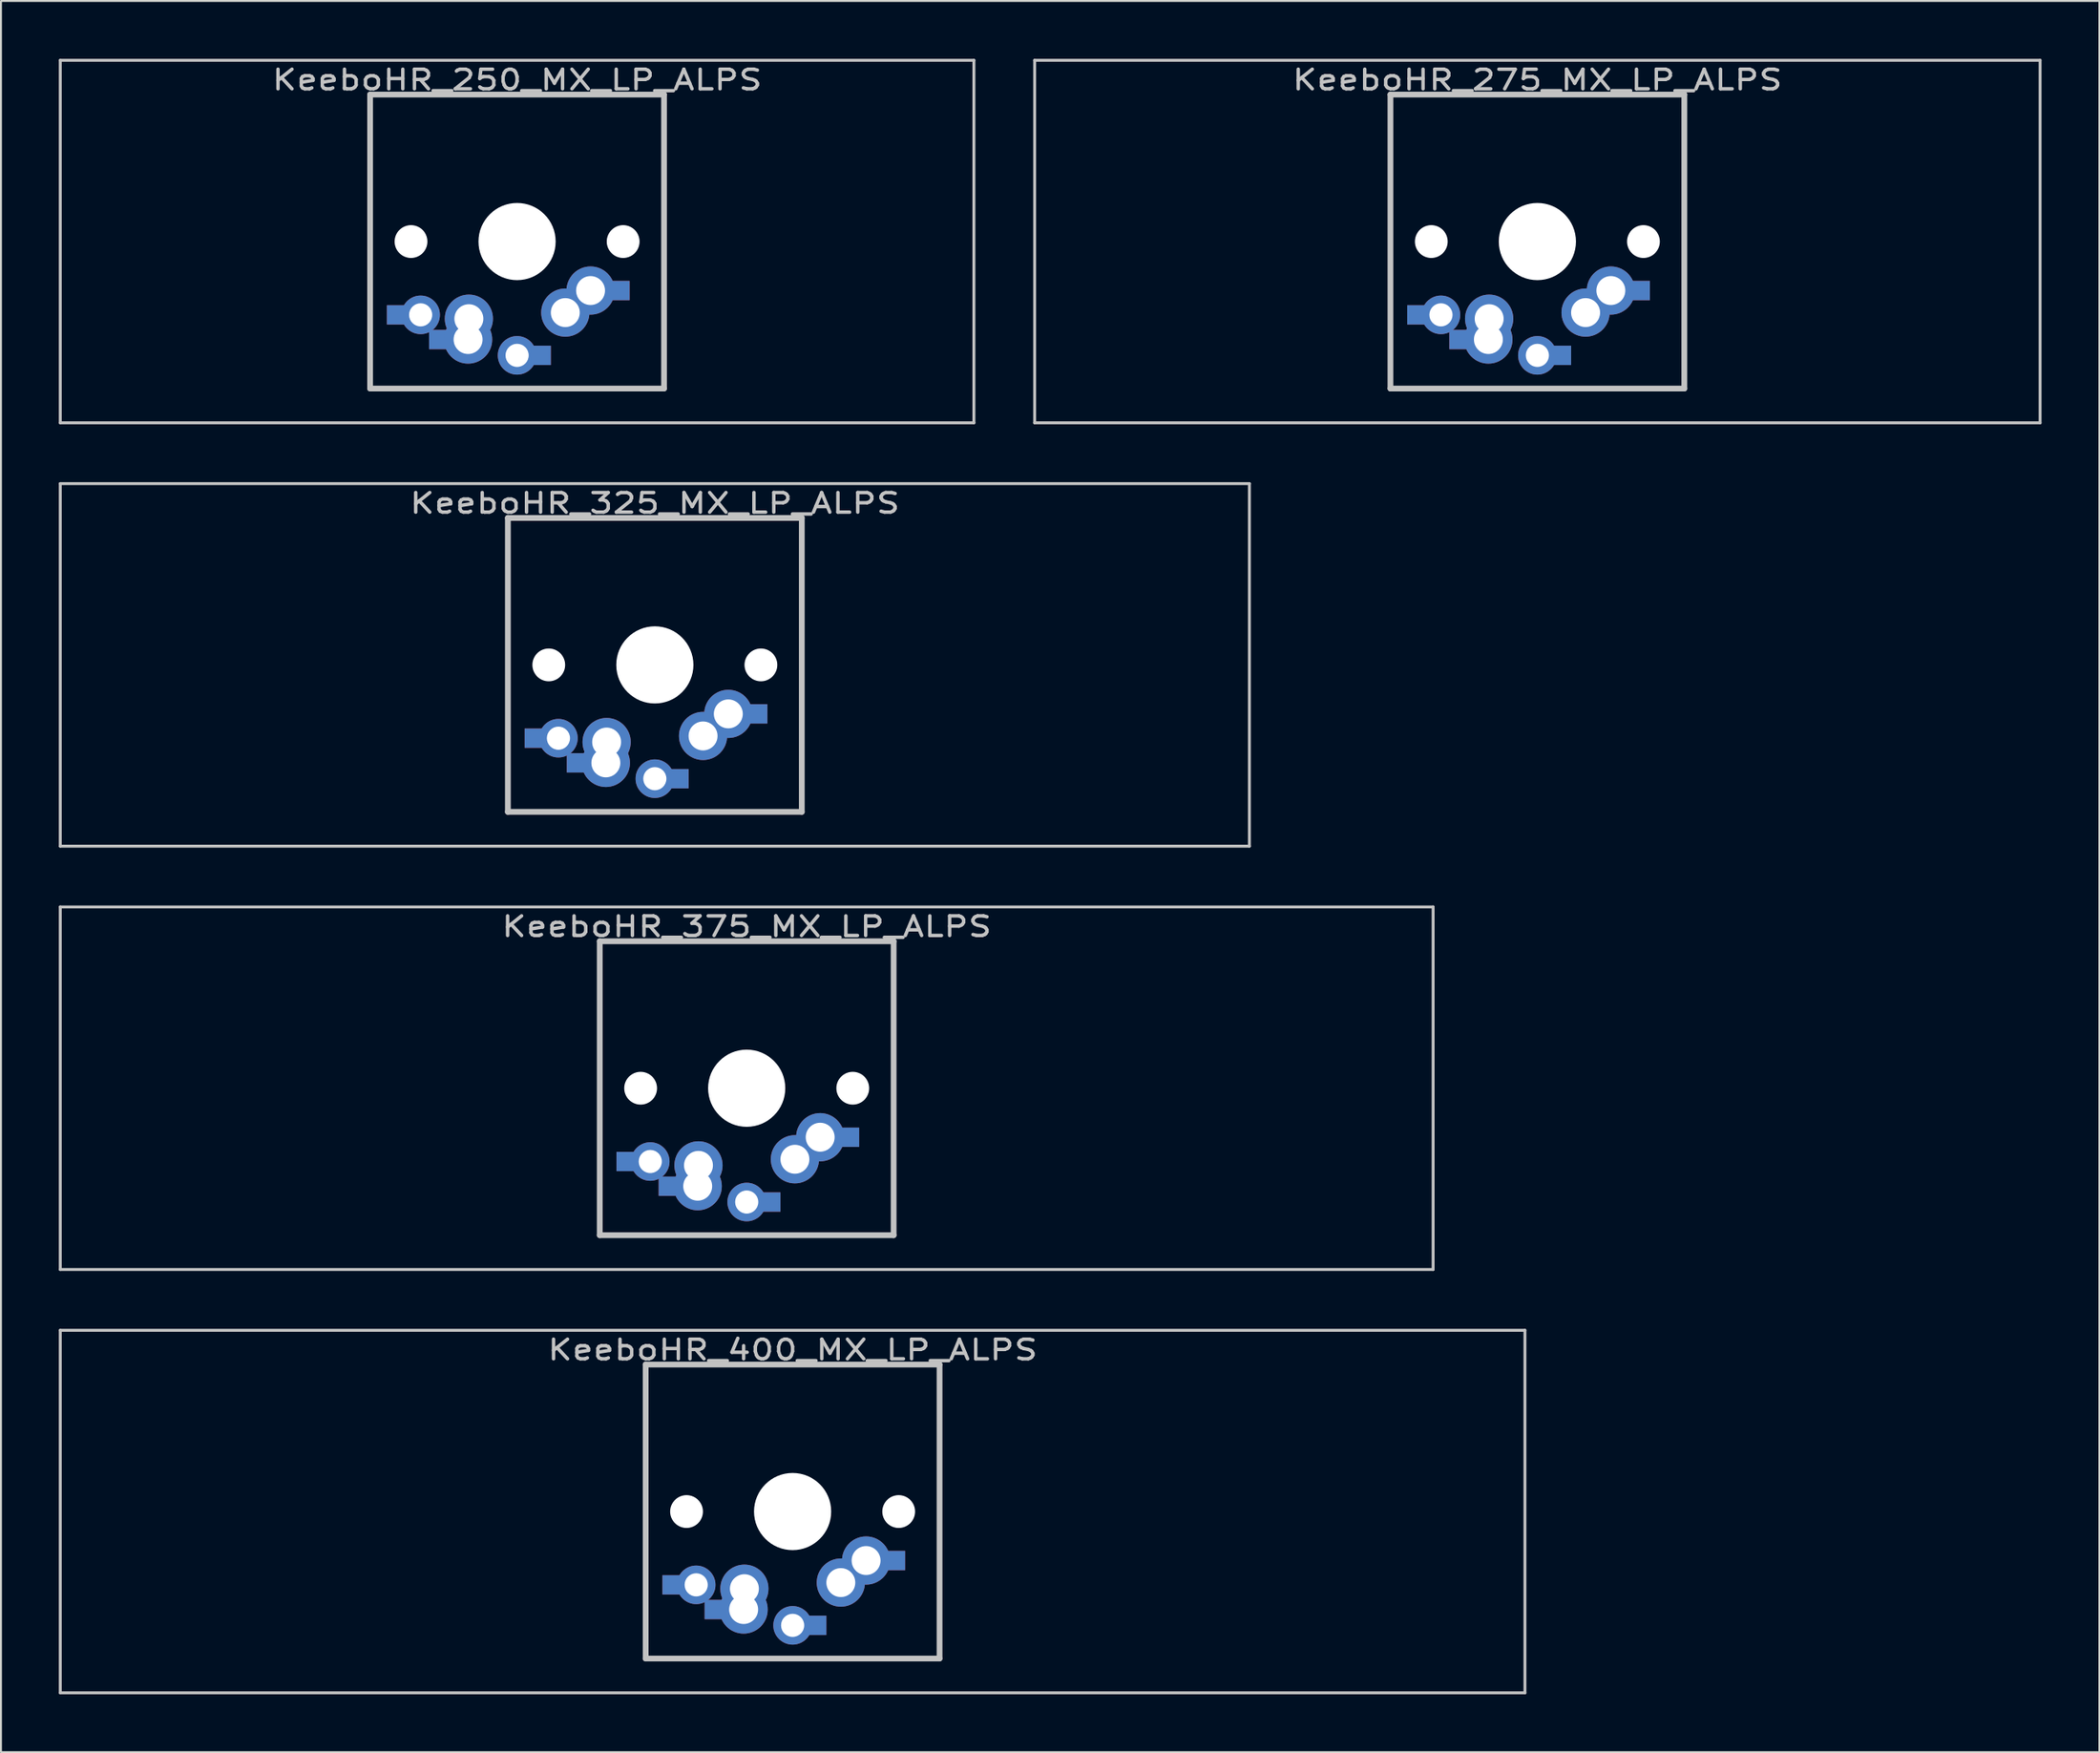
<source format=kicad_pcb>
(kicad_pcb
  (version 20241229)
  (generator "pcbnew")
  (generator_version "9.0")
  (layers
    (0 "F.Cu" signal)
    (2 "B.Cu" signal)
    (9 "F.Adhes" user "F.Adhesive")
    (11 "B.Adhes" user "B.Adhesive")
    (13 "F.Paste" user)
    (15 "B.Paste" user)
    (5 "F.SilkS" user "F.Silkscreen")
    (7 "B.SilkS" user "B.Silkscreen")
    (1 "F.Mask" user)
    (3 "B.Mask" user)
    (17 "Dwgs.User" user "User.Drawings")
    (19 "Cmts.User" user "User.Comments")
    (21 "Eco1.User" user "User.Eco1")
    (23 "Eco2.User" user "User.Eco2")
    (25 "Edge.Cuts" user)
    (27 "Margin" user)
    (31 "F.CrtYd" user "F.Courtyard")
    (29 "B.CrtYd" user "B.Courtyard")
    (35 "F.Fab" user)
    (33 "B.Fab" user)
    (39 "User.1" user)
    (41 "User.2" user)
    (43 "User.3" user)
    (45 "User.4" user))
  (footprint "KeeboHR_325_MX_LP_ALPS"
    (layer "F.Cu")
    (at 30.905 31.423)
    (property "Reference" "KeeboHR_325_MX_LP_ALPS" (at 0 -8.382 0) (layer "Dwgs.User") (effects (font (size 1.016 1.27) (thickness 0.178))))
    (attr through_hole)
    (fp_line (start -30.829 -9.398) (end 30.829 -9.398) (stroke (width 0.152) (type solid)) (layer "Dwgs.User"))
    (fp_line (start -30.829 9.398) (end -30.829 -9.398) (stroke (width 0.152) (type solid)) (layer "Dwgs.User"))
    (fp_line (start -7.62 -7.62) (end 7.62 -7.62) (stroke (width 0.3) (type solid)) (layer "Dwgs.User"))
    (fp_line (start -7.62 7.62) (end -7.62 -7.62) (stroke (width 0.3) (type solid)) (layer "Dwgs.User"))
    (fp_line (start 7.62 -7.62) (end 7.62 7.62) (stroke (width 0.3) (type solid)) (layer "Dwgs.User"))
    (fp_line (start 7.62 7.62) (end -7.62 7.62) (stroke (width 0.3) (type solid)) (layer "Dwgs.User"))
    (fp_line (start 30.829 -9.398) (end 30.829 9.398) (stroke (width 0.152) (type solid)) (layer "Dwgs.User"))
    (fp_line (start 30.829 9.398) (end -30.829 9.398) (stroke (width 0.152) (type solid)) (layer "Dwgs.User"))
    (pad "" np_thru_hole circle (at -5.5 0) (size 1.7 1.7) (drill 1.7) (layers "*.Cu" "*.Mask"))
    (pad "" np_thru_hole circle (at 0 0) (size 4 4) (drill 4) (layers "*.Cu" "*.Mask"))
    (pad "" np_thru_hole circle (at 5.5 0) (size 1.7 1.7) (drill 1.7) (layers "*.Cu" "*.Mask"))
    (pad "1" thru_hole circle (at 0 5.9) (size 2 2) (drill 1.2) (layers "*.Cu" "*.Mask"))
    (pad "1" smd rect (at 1.25 5.9) (size 1 1) (layers "*.Cu" "*.Mask"))
    (pad "1" thru_hole circle (at 2.5 3.683) (size 2.5 2.5) (drill 1.5) (layers "*.Cu" "*.Mask"))
    (pad "1" thru_hole circle (at 3.81 2.54) (size 2.5 2.5) (drill 1.5) (layers "*.Cu" "*.Mask"))
    (pad "1" smd rect (at 5.334 2.54) (size 1 1) (layers "*.Cu" "*.Mask"))
    (pad "2" smd rect (at -6.25 3.8) (size 1 1) (layers "*.Cu" "*.Mask"))
    (pad "2" thru_hole circle (at -5 3.8) (size 2 2) (drill 1.2) (layers "*.Cu" "*.Mask"))
    (pad "2" smd rect (at -4.064 5.08) (size 1 1) (layers "*.Cu" "*.Mask"))
    (pad "2" thru_hole circle (at -2.54 5.08) (size 2.5 2.5) (drill 1.5) (layers "*.Cu" "*.Mask"))
    (pad "2" thru_hole circle (at -2.5 4) (size 2.5 2.5) (drill 1.5) (layers "*.Cu" "*.Mask")))
  (footprint "KeeboHR_250_MX_LP_ALPS"
    (layer "F.Cu")
    (at 23.762 9.474)
    (property "Reference" "KeeboHR_250_MX_LP_ALPS" (at 0 -8.382 0) (layer "Dwgs.User") (effects (font (size 1.016 1.27) (thickness 0.178))))
    (attr through_hole)
    (fp_line (start -23.686 -9.398) (end 23.686 -9.398) (stroke (width 0.152) (type solid)) (layer "Dwgs.User"))
    (fp_line (start -23.686 9.398) (end -23.686 -9.398) (stroke (width 0.152) (type solid)) (layer "Dwgs.User"))
    (fp_line (start -7.62 -7.62) (end 7.62 -7.62) (stroke (width 0.3) (type solid)) (layer "Dwgs.User"))
    (fp_line (start -7.62 7.62) (end -7.62 -7.62) (stroke (width 0.3) (type solid)) (layer "Dwgs.User"))
    (fp_line (start 7.62 -7.62) (end 7.62 7.62) (stroke (width 0.3) (type solid)) (layer "Dwgs.User"))
    (fp_line (start 7.62 7.62) (end -7.62 7.62) (stroke (width 0.3) (type solid)) (layer "Dwgs.User"))
    (fp_line (start 23.686 -9.398) (end 23.686 9.398) (stroke (width 0.152) (type solid)) (layer "Dwgs.User"))
    (fp_line (start 23.686 9.398) (end -23.686 9.398) (stroke (width 0.152) (type solid)) (layer "Dwgs.User"))
    (pad "" np_thru_hole circle (at -5.5 0) (size 1.7 1.7) (drill 1.7) (layers "*.Cu" "*.Mask"))
    (pad "" np_thru_hole circle (at 0 0) (size 4 4) (drill 4) (layers "*.Cu" "*.Mask"))
    (pad "" np_thru_hole circle (at 5.5 0) (size 1.7 1.7) (drill 1.7) (layers "*.Cu" "*.Mask"))
    (pad "1" thru_hole circle (at 0 5.9) (size 2 2) (drill 1.2) (layers "*.Cu" "*.Mask"))
    (pad "1" smd rect (at 1.25 5.9) (size 1 1) (layers "*.Cu" "*.Mask"))
    (pad "1" thru_hole circle (at 2.5 3.683) (size 2.5 2.5) (drill 1.5) (layers "*.Cu" "*.Mask"))
    (pad "1" thru_hole circle (at 3.81 2.54) (size 2.5 2.5) (drill 1.5) (layers "*.Cu" "*.Mask"))
    (pad "1" smd rect (at 5.334 2.54) (size 1 1) (layers "*.Cu" "*.Mask"))
    (pad "2" smd rect (at -6.25 3.8) (size 1 1) (layers "*.Cu" "*.Mask"))
    (pad "2" thru_hole circle (at -5 3.8) (size 2 2) (drill 1.2) (layers "*.Cu" "*.Mask"))
    (pad "2" smd rect (at -4.064 5.08) (size 1 1) (layers "*.Cu" "*.Mask"))
    (pad "2" thru_hole circle (at -2.54 5.08) (size 2.5 2.5) (drill 1.5) (layers "*.Cu" "*.Mask"))
    (pad "2" thru_hole circle (at -2.5 4) (size 2.5 2.5) (drill 1.5) (layers "*.Cu" "*.Mask")))
  (footprint "KeeboHR_400_MX_LP_ALPS"
    (layer "F.Cu")
    (at 38.049 75.319)
    (property "Reference" "KeeboHR_400_MX_LP_ALPS" (at 0 -8.382 0) (layer "Dwgs.User") (effects (font (size 1.016 1.27) (thickness 0.178))))
    (attr through_hole)
    (fp_line (start -37.973 -9.398) (end 37.973 -9.398) (stroke (width 0.152) (type solid)) (layer "Dwgs.User"))
    (fp_line (start -37.973 9.398) (end -37.973 -9.398) (stroke (width 0.152) (type solid)) (layer "Dwgs.User"))
    (fp_line (start -7.62 -7.62) (end 7.62 -7.62) (stroke (width 0.3) (type solid)) (layer "Dwgs.User"))
    (fp_line (start -7.62 7.62) (end -7.62 -7.62) (stroke (width 0.3) (type solid)) (layer "Dwgs.User"))
    (fp_line (start 7.62 -7.62) (end 7.62 7.62) (stroke (width 0.3) (type solid)) (layer "Dwgs.User"))
    (fp_line (start 7.62 7.62) (end -7.62 7.62) (stroke (width 0.3) (type solid)) (layer "Dwgs.User"))
    (fp_line (start 37.973 -9.398) (end 37.973 9.398) (stroke (width 0.152) (type solid)) (layer "Dwgs.User"))
    (fp_line (start 37.973 9.398) (end -37.973 9.398) (stroke (width 0.152) (type solid)) (layer "Dwgs.User"))
    (pad "" np_thru_hole circle (at -5.5 0) (size 1.7 1.7) (drill 1.7) (layers "*.Cu" "*.Mask"))
    (pad "" np_thru_hole circle (at 0 0) (size 4 4) (drill 4) (layers "*.Cu" "*.Mask"))
    (pad "" np_thru_hole circle (at 5.5 0) (size 1.7 1.7) (drill 1.7) (layers "*.Cu" "*.Mask"))
    (pad "1" thru_hole circle (at 0 5.9) (size 2 2) (drill 1.2) (layers "*.Cu" "*.Mask"))
    (pad "1" smd rect (at 1.25 5.9) (size 1 1) (layers "*.Cu" "*.Mask"))
    (pad "1" thru_hole circle (at 2.5 3.683) (size 2.5 2.5) (drill 1.5) (layers "*.Cu" "*.Mask"))
    (pad "1" thru_hole circle (at 3.81 2.54) (size 2.5 2.5) (drill 1.5) (layers "*.Cu" "*.Mask"))
    (pad "1" smd rect (at 5.334 2.54) (size 1 1) (layers "*.Cu" "*.Mask"))
    (pad "2" smd rect (at -6.25 3.8) (size 1 1) (layers "*.Cu" "*.Mask"))
    (pad "2" thru_hole circle (at -5 3.8) (size 2 2) (drill 1.2) (layers "*.Cu" "*.Mask"))
    (pad "2" smd rect (at -4.064 5.08) (size 1 1) (layers "*.Cu" "*.Mask"))
    (pad "2" thru_hole circle (at -2.54 5.08) (size 2.5 2.5) (drill 1.5) (layers "*.Cu" "*.Mask"))
    (pad "2" thru_hole circle (at -2.5 4) (size 2.5 2.5) (drill 1.5) (layers "*.Cu" "*.Mask")))
  (footprint "KeeboHR_375_MX_LP_ALPS"
    (layer "F.Cu")
    (at 35.668 53.371)
    (property "Reference" "KeeboHR_375_MX_LP_ALPS" (at 0 -8.382 0) (layer "Dwgs.User") (effects (font (size 1.016 1.27) (thickness 0.178))))
    (attr through_hole)
    (fp_line (start -35.592 -9.398) (end 35.592 -9.398) (stroke (width 0.152) (type solid)) (layer "Dwgs.User"))
    (fp_line (start -35.592 9.398) (end -35.592 -9.398) (stroke (width 0.152) (type solid)) (layer "Dwgs.User"))
    (fp_line (start -7.62 -7.62) (end 7.62 -7.62) (stroke (width 0.3) (type solid)) (layer "Dwgs.User"))
    (fp_line (start -7.62 7.62) (end -7.62 -7.62) (stroke (width 0.3) (type solid)) (layer "Dwgs.User"))
    (fp_line (start 7.62 -7.62) (end 7.62 7.62) (stroke (width 0.3) (type solid)) (layer "Dwgs.User"))
    (fp_line (start 7.62 7.62) (end -7.62 7.62) (stroke (width 0.3) (type solid)) (layer "Dwgs.User"))
    (fp_line (start 35.592 -9.398) (end 35.592 9.398) (stroke (width 0.152) (type solid)) (layer "Dwgs.User"))
    (fp_line (start 35.592 9.398) (end -35.592 9.398) (stroke (width 0.152) (type solid)) (layer "Dwgs.User"))
    (pad "" np_thru_hole circle (at -5.5 0) (size 1.7 1.7) (drill 1.7) (layers "*.Cu" "*.Mask"))
    (pad "" np_thru_hole circle (at 0 0) (size 4 4) (drill 4) (layers "*.Cu" "*.Mask"))
    (pad "" np_thru_hole circle (at 5.5 0) (size 1.7 1.7) (drill 1.7) (layers "*.Cu" "*.Mask"))
    (pad "1" thru_hole circle (at 0 5.9) (size 2 2) (drill 1.2) (layers "*.Cu" "*.Mask"))
    (pad "1" smd rect (at 1.25 5.9) (size 1 1) (layers "*.Cu" "*.Mask"))
    (pad "1" thru_hole circle (at 2.5 3.683) (size 2.5 2.5) (drill 1.5) (layers "*.Cu" "*.Mask"))
    (pad "1" thru_hole circle (at 3.81 2.54) (size 2.5 2.5) (drill 1.5) (layers "*.Cu" "*.Mask"))
    (pad "1" smd rect (at 5.334 2.54) (size 1 1) (layers "*.Cu" "*.Mask"))
    (pad "2" smd rect (at -6.25 3.8) (size 1 1) (layers "*.Cu" "*.Mask"))
    (pad "2" thru_hole circle (at -5 3.8) (size 2 2) (drill 1.2) (layers "*.Cu" "*.Mask"))
    (pad "2" smd rect (at -4.064 5.08) (size 1 1) (layers "*.Cu" "*.Mask"))
    (pad "2" thru_hole circle (at -2.54 5.08) (size 2.5 2.5) (drill 1.5) (layers "*.Cu" "*.Mask"))
    (pad "2" thru_hole circle (at -2.5 4) (size 2.5 2.5) (drill 1.5) (layers "*.Cu" "*.Mask")))
  (footprint "KeeboHR_275_MX_LP_ALPS"
    (layer "F.Cu")
    (at 76.666 9.474)
    (property "Reference" "KeeboHR_275_MX_LP_ALPS" (at 0 -8.382 0) (layer "Dwgs.User") (effects (font (size 1.016 1.27) (thickness 0.178))))
    (attr through_hole)
    (fp_line (start -26.067 -9.398) (end 26.067 -9.398) (stroke (width 0.152) (type solid)) (layer "Dwgs.User"))
    (fp_line (start -26.067 9.398) (end -26.067 -9.398) (stroke (width 0.152) (type solid)) (layer "Dwgs.User"))
    (fp_line (start -7.62 -7.62) (end 7.62 -7.62) (stroke (width 0.3) (type solid)) (layer "Dwgs.User"))
    (fp_line (start -7.62 7.62) (end -7.62 -7.62) (stroke (width 0.3) (type solid)) (layer "Dwgs.User"))
    (fp_line (start 7.62 -7.62) (end 7.62 7.62) (stroke (width 0.3) (type solid)) (layer "Dwgs.User"))
    (fp_line (start 7.62 7.62) (end -7.62 7.62) (stroke (width 0.3) (type solid)) (layer "Dwgs.User"))
    (fp_line (start 26.067 -9.398) (end 26.067 9.398) (stroke (width 0.152) (type solid)) (layer "Dwgs.User"))
    (fp_line (start 26.067 9.398) (end -26.067 9.398) (stroke (width 0.152) (type solid)) (layer "Dwgs.User"))
    (pad "" np_thru_hole circle (at -5.5 0) (size 1.7 1.7) (drill 1.7) (layers "*.Cu" "*.Mask"))
    (pad "" np_thru_hole circle (at 0 0) (size 4 4) (drill 4) (layers "*.Cu" "*.Mask"))
    (pad "" np_thru_hole circle (at 5.5 0) (size 1.7 1.7) (drill 1.7) (layers "*.Cu" "*.Mask"))
    (pad "1" thru_hole circle (at 0 5.9) (size 2 2) (drill 1.2) (layers "*.Cu" "*.Mask"))
    (pad "1" smd rect (at 1.25 5.9) (size 1 1) (layers "*.Cu" "*.Mask"))
    (pad "1" thru_hole circle (at 2.5 3.683) (size 2.5 2.5) (drill 1.5) (layers "*.Cu" "*.Mask"))
    (pad "1" thru_hole circle (at 3.81 2.54) (size 2.5 2.5) (drill 1.5) (layers "*.Cu" "*.Mask"))
    (pad "1" smd rect (at 5.334 2.54) (size 1 1) (layers "*.Cu" "*.Mask"))
    (pad "2" smd rect (at -6.25 3.8) (size 1 1) (layers "*.Cu" "*.Mask"))
    (pad "2" thru_hole circle (at -5 3.8) (size 2 2) (drill 1.2) (layers "*.Cu" "*.Mask"))
    (pad "2" smd rect (at -4.064 5.08) (size 1 1) (layers "*.Cu" "*.Mask"))
    (pad "2" thru_hole circle (at -2.54 5.08) (size 2.5 2.5) (drill 1.5) (layers "*.Cu" "*.Mask"))
    (pad "2" thru_hole circle (at -2.5 4) (size 2.5 2.5) (drill 1.5) (layers "*.Cu" "*.Mask")))
  (gr_rect
    (start -3 -3)
    (end 105.809 87.794)
    (stroke (width 0.1) (type default))
    (fill no)
    (layer "Edge.Cuts")))
</source>
